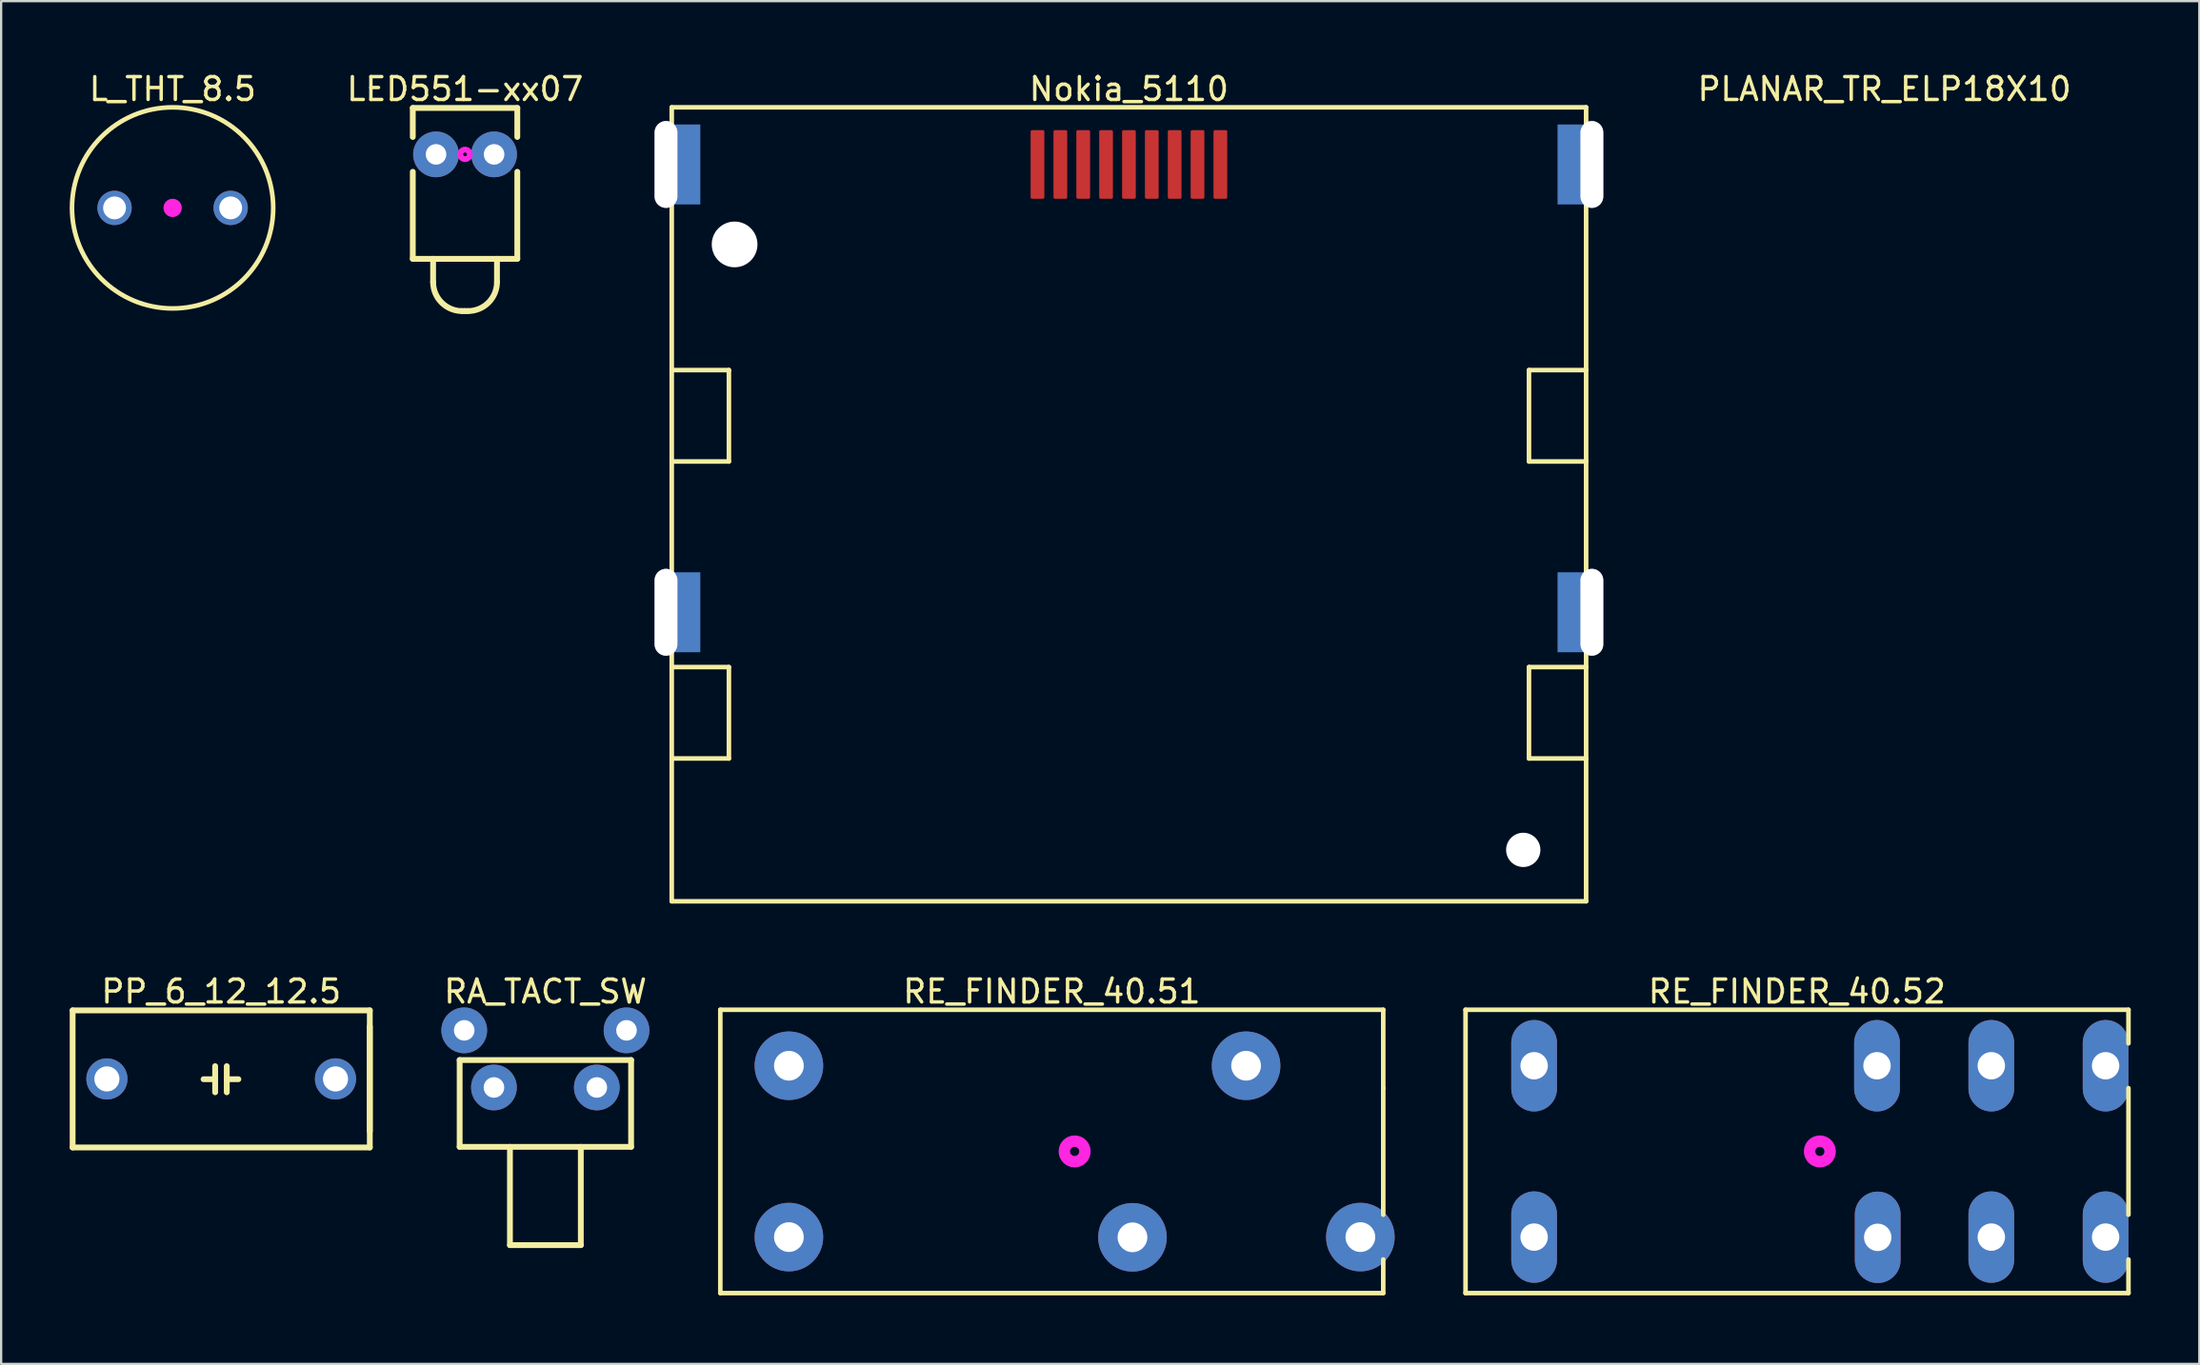
<source format=kicad_pcb>
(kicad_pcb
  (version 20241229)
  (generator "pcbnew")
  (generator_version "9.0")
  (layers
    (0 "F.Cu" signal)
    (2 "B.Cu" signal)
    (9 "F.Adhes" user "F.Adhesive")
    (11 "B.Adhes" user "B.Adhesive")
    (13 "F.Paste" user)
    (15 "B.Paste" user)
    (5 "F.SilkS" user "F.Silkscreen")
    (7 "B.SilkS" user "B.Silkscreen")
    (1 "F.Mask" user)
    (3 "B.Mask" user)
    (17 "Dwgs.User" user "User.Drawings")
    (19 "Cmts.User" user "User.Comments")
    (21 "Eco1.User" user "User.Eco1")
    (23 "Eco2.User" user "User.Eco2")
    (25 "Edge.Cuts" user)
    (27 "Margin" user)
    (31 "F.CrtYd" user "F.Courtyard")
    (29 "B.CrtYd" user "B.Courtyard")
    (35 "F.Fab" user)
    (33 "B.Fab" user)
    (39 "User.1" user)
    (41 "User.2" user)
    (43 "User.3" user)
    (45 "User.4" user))
  (footprint "PLANAR_TR_ELP18X10"
    (layer "F.Cu")
    (at 79.386 6.848)
    (property "Reference" "PLANAR_TR_ELP18X10" (at 0 -6 0) (layer "F.SilkS") (effects (font (size 1 1) (thickness 0.15))))
    (fp_line (start -9.2 4.7) (end -9.2 -4.7) (stroke (width 0.2) (type solid)) (layer "Eco2.User"))
    (fp_line (start -8.7 -5.2) (end -7.3 -5.2) (stroke (width 0.2) (type solid)) (layer "Eco2.User"))
    (fp_line (start -8.7 5.2) (end -7.3 5.2) (stroke (width 0.2) (type solid)) (layer "Eco2.User"))
    (fp_line (start -6.8 4.7) (end -6.8 -4.7) (stroke (width 0.2) (type solid)) (layer "Eco2.User"))
    (fp_line (start -2.2 4.7) (end -2.2 -4.7) (stroke (width 0.2) (type solid)) (layer "Eco2.User"))
    (fp_line (start -1.7 -5.2) (end 1.7 -5.2) (stroke (width 0.2) (type solid)) (layer "Eco2.User"))
    (fp_line (start -1.7 5.2) (end 1.7 5.2) (stroke (width 0.2) (type solid)) (layer "Eco2.User"))
    (fp_line (start 2.2 4.7) (end 2.2 -4.7) (stroke (width 0.2) (type solid)) (layer "Eco2.User"))
    (fp_line (start 6.8 4.7) (end 6.8 -4.7) (stroke (width 0.2) (type solid)) (layer "Eco2.User"))
    (fp_line (start 7.3 -5.2) (end 8.7 -5.2) (stroke (width 0.2) (type solid)) (layer "Eco2.User"))
    (fp_line (start 7.3 5.2) (end 8.7 5.2) (stroke (width 0.2) (type solid)) (layer "Eco2.User"))
    (fp_line (start 9.2 4.7) (end 9.2 -4.7) (stroke (width 0.2) (type solid)) (layer "Eco2.User"))
    (fp_arc (start -9.2 -4.7) (mid -9.053553 -5.053553) (end -8.7 -5.2) (stroke (width 0.2) (type solid)) (layer "Eco2.User"))
    (fp_arc (start -8.7 5.2) (mid -9.053553 5.053553) (end -9.2 4.7) (stroke (width 0.2) (type solid)) (layer "Eco2.User"))
    (fp_arc (start -7.3 -5.2) (mid -6.946447 -5.053553) (end -6.8 -4.7) (stroke (width 0.2) (type solid)) (layer "Eco2.User"))
    (fp_arc (start -6.8 4.7) (mid -6.946447 5.053553) (end -7.3 5.2) (stroke (width 0.2) (type solid)) (layer "Eco2.User"))
    (fp_arc (start -2.2 -4.7) (mid -2.053553 -5.053553) (end -1.7 -5.2) (stroke (width 0.2) (type solid)) (layer "Eco2.User"))
    (fp_arc (start -1.7 5.2) (mid -2.053553 5.053553) (end -2.2 4.7) (stroke (width 0.2) (type solid)) (layer "Eco2.User"))
    (fp_arc (start 1.7 -5.2) (mid 2.053553 -5.053553) (end 2.2 -4.7) (stroke (width 0.2) (type solid)) (layer "Eco2.User"))
    (fp_arc (start 2.2 4.7) (mid 2.053553 5.053553) (end 1.7 5.2) (stroke (width 0.2) (type solid)) (layer "Eco2.User"))
    (fp_arc (start 6.8 -4.7) (mid 6.946447 -5.053553) (end 7.3 -5.2) (stroke (width 0.2) (type solid)) (layer "Eco2.User"))
    (fp_arc (start 7.3 5.2) (mid 6.946447 5.053553) (end 6.8 4.7) (stroke (width 0.2) (type solid)) (layer "Eco2.User"))
    (fp_arc (start 8.7 -5.2) (mid 9.053553 -5.053553) (end 9.2 -4.7) (stroke (width 0.2) (type solid)) (layer "Eco2.User"))
    (fp_arc (start 9.2 4.7) (mid 9.053553 5.053553) (end 8.7 5.2) (stroke (width 0.2) (type solid)) (layer "Eco2.User")))
  (footprint "RE_FINDER_40.51"
    (layer "F.Cu")
    (at 43.961 47.346)
    (property "Reference" "RE_FINDER_40.51" (at -1 -7 0) (layer "F.SilkS") (effects (font (size 1 1) (thickness 0.15))))
    (fp_line (start -15.5 -6.2) (end 13.5 -6.2) (stroke (width 0.2) (type solid)) (layer "F.SilkS"))
    (fp_line (start -15.5 6.2) (end -15.5 -6.2) (stroke (width 0.2) (type solid)) (layer "F.SilkS"))
    (fp_line (start -15.5 6.2) (end 13.5 6.2) (stroke (width 0.2) (type solid)) (layer "F.SilkS"))
    (fp_line (start 13.5 -2.77) (end 13.5 -6.2) (stroke (width 0.2) (type solid)) (layer "F.SilkS"))
    (fp_line (start 13.5 2.77) (end 13.5 -2.77) (stroke (width 0.2) (type solid)) (layer "F.SilkS"))
    (fp_line (start 13.5 6.2) (end 13.5 4.73) (stroke (width 0.2) (type solid)) (layer "F.SilkS"))
    (fp_line (start -15.5 -6.2) (end 13.5 -6.2) (stroke (width 0.1) (type solid)) (layer "Eco2.User"))
    (fp_line (start -15.5 6.2) (end -15.5 -6.2) (stroke (width 0.1) (type solid)) (layer "Eco2.User"))
    (fp_line (start -15.5 6.2) (end 13.5 6.2) (stroke (width 0.1) (type solid)) (layer "Eco2.User"))
    (fp_line (start 13.5 6.2) (end 13.5 -6.2) (stroke (width 0.1) (type solid)) (layer "Eco2.User"))
    (fp_circle (center 0 0) (end 0 -0.2) (stroke (width 0.5) (type solid)) (fill no) (layer "F.CrtYd"))
    (pad "12" thru_hole circle (at 2.53 3.76 90) (size 3 3) (drill 1.3) (layers "*.Cu" "*.Mask"))
    (pad "14" thru_hole circle (at 12.5 3.75 90) (size 3 3) (drill 1.3) (layers "*.Cu" "*.Mask"))
    (pad "21" thru_hole circle (at 7.5 -3.75 90) (size 3 3) (drill 1.3) (layers "*.Cu" "*.Mask"))
    (pad "A1" thru_hole circle (at -12.5 3.75 90) (size 3 3) (drill 1.3) (layers "*.Cu" "*.Mask"))
    (pad "A2" thru_hole circle (at -12.5 -3.75 90) (size 3 3) (drill 1.3) (layers "*.Cu" "*.Mask")))
  (footprint "LED551-xx07"
    (layer "F.Cu")
    (at 17.294 3.707)
    (property "Reference" "LED551-xx07" (at 0 -2.859 0) (layer "F.SilkS") (effects (font (size 1 1) (thickness 0.15))))
    (fp_line (start -2.286 -2.032) (end 2.286 -2.032) (stroke (width 0.254) (type solid)) (layer "F.SilkS"))
    (fp_line (start -2.286 -0.762) (end -2.286 -2.032) (stroke (width 0.254) (type solid)) (layer "F.SilkS"))
    (fp_line (start -2.286 4.572) (end -2.286 0.762) (stroke (width 0.254) (type solid)) (layer "F.SilkS"))
    (fp_line (start -2.286 4.572) (end 2.286 4.572) (stroke (width 0.254) (type solid)) (layer "F.SilkS"))
    (fp_line (start -1.397 5.588) (end -1.397 4.572) (stroke (width 0.254) (type solid)) (layer "F.SilkS"))
    (fp_line (start -0.127 6.858) (end 0 6.858) (stroke (width 0.254) (type solid)) (layer "F.SilkS"))
    (fp_line (start 0 6.858) (end 0.127 6.858) (stroke (width 0.254) (type solid)) (layer "F.SilkS"))
    (fp_line (start 1.397 5.588) (end 1.397 4.572) (stroke (width 0.254) (type solid)) (layer "F.SilkS"))
    (fp_line (start 2.286 -0.762) (end 2.286 -2.032) (stroke (width 0.254) (type solid)) (layer "F.SilkS"))
    (fp_line (start 2.286 4.572) (end 2.286 0.762) (stroke (width 0.254) (type solid)) (layer "F.SilkS"))
    (fp_arc (start -0.127 6.858) (mid -1.025026 6.486026) (end -1.397 5.588) (stroke (width 0.254) (type solid)) (layer "F.SilkS"))
    (fp_arc (start 1.397 5.588) (mid 1.025026 6.486026) (end 0.127 6.858) (stroke (width 0.254) (type solid)) (layer "F.SilkS"))
    (fp_circle (center 0 0) (end 0 -0.081) (stroke (width 0.254) (type solid)) (fill no) (layer "F.CrtYd"))
    (pad "A" thru_hole circle (at -1.27 0) (size 2 2) (drill 0.9) (layers "*.Cu" "*.Mask"))
    (pad "K" thru_hole circle (at 1.27 0) (size 2 2) (drill 0.9) (layers "*.Cu" "*.Mask")))
  (footprint "RA_TACT_SW"
    (layer "F.Cu")
    (at 20.808 43.297)
    (property "Reference" "RA_TACT_SW" (at 0 -2.95 0) (layer "F.SilkS") (effects (font (size 1 1) (thickness 0.15))))
    (fp_line (start -3.75 0.05) (end 3.75 0.05) (stroke (width 0.254) (type solid)) (layer "F.SilkS"))
    (fp_line (start -3.75 3.85) (end -3.75 0.05) (stroke (width 0.254) (type solid)) (layer "F.SilkS"))
    (fp_line (start -3.75 3.85) (end 3.75 3.85) (stroke (width 0.254) (type solid)) (layer "F.SilkS"))
    (fp_line (start -1.55 8.15) (end -1.55 3.85) (stroke (width 0.254) (type solid)) (layer "F.SilkS"))
    (fp_line (start -1.55 8.15) (end 1.45 8.15) (stroke (width 0.254) (type solid)) (layer "F.SilkS"))
    (fp_line (start 1.45 8.15) (end 1.55 8.15) (stroke (width 0.254) (type solid)) (layer "F.SilkS"))
    (fp_line (start 1.55 8.15) (end 1.55 3.85) (stroke (width 0.254) (type solid)) (layer "F.SilkS"))
    (fp_line (start 3.75 3.85) (end 3.75 0.05) (stroke (width 0.254) (type solid)) (layer "F.SilkS"))
    (fp_circle (center 0 0) (end 0 -0.224) (stroke (width 0.4) (type solid)) (fill no) (layer "Eco2.User"))
    (pad "1" thru_hole circle (at -2.25 1.25) (size 2 2) (drill 0.9) (layers "*.Cu" "*.Mask"))
    (pad "2" thru_hole circle (at 2.25 1.25) (size 2 2) (drill 0.9) (layers "*.Cu" "*.Mask"))
    (pad "SH" thru_hole circle (at -3.55 -1.25) (size 2 2) (drill 0.9) (layers "*.Cu" "*.Mask"))
    (pad "SH" thru_hole circle (at 3.55 -1.25) (size 2 2) (drill 0.9) (layers "*.Cu" "*.Mask")))
  (footprint "PP_6_12_12.5"
    (layer "F.Cu")
    (at 6.627 44.173)
    (property "Reference" "PP_6_12_12.5" (at 0 -3.827 0) (layer "F.SilkS") (effects (font (size 1 1) (thickness 0.15))))
    (fp_line (start -6.5 -3) (end 6.5 -3) (stroke (width 0.254) (type solid)) (layer "F.SilkS"))
    (fp_line (start -6.5 3) (end -6.5 -3) (stroke (width 0.254) (type solid)) (layer "F.SilkS"))
    (fp_line (start -6.5 3) (end 6.5 3) (stroke (width 0.254) (type solid)) (layer "F.SilkS"))
    (fp_line (start -0.773 0.013) (end -0.265 0.013) (stroke (width 0.254) (type solid)) (layer "F.SilkS"))
    (fp_line (start -0.265 0.584) (end -0.265 -0.559) (stroke (width 0.254) (type solid)) (layer "F.SilkS"))
    (fp_line (start 0.243 0.013) (end 0.751 0.013) (stroke (width 0.254) (type solid)) (layer "F.SilkS"))
    (fp_line (start 0.243 0.584) (end 0.243 -0.559) (stroke (width 0.254) (type solid)) (layer "F.SilkS"))
    (fp_line (start 6.5 2.3) (end 6.5 -3) (stroke (width 0.254) (type solid)) (layer "F.SilkS"))
    (fp_line (start 6.5 3) (end 6.5 -2.3) (stroke (width 0.254) (type solid)) (layer "F.SilkS"))
    (fp_circle (center 0 0) (end 0 -0.064) (stroke (width 0.127) (type solid)) (fill no) (layer "Eco2.User"))
    (pad "1" thru_hole circle (at -5 0) (size 1.8 1.8) (drill 1.1) (layers "*.Cu" "*.Mask"))
    (pad "2" thru_hole circle (at 5 0) (size 1.8 1.8) (drill 1.1) (layers "*.Cu" "*.Mask")))
  (footprint "Nokia_5110"
    (layer "F.Cu")
    (at 42.336 4.148)
    (property "Reference" "Nokia_5110" (at 4 -3.3 0) (layer "F.SilkS") (effects (font (size 1 1) (thickness 0.15))))
    (fp_rect (start -0.6 1.7) (end 8.6 -1.7) (stroke (width 0) (type default)) (fill yes) (layer "F.Mask"))
    (fp_line (start -16 -2.5) (end 24 -2.5) (stroke (width 0.2) (type solid)) (layer "F.SilkS"))
    (fp_line (start -16 9) (end -13.5 9) (stroke (width 0.2) (type solid)) (layer "F.SilkS"))
    (fp_line (start -16 13) (end -13.5 13) (stroke (width 0.2) (type solid)) (layer "F.SilkS"))
    (fp_line (start -16 22) (end -13.5 22) (stroke (width 0.2) (type solid)) (layer "F.SilkS"))
    (fp_line (start -16 26) (end -13.5 26) (stroke (width 0.2) (type solid)) (layer "F.SilkS"))
    (fp_line (start -16 32.25) (end -16 -2.5) (stroke (width 0.2) (type solid)) (layer "F.SilkS"))
    (fp_line (start -16 32.25) (end 24 32.25) (stroke (width 0.2) (type solid)) (layer "F.SilkS"))
    (fp_line (start -13.5 13) (end -13.5 9) (stroke (width 0.2) (type solid)) (layer "F.SilkS"))
    (fp_line (start -13.5 26) (end -13.5 22) (stroke (width 0.2) (type solid)) (layer "F.SilkS"))
    (fp_line (start 21.5 9) (end 24 9) (stroke (width 0.2) (type solid)) (layer "F.SilkS"))
    (fp_line (start 21.5 13) (end 21.5 9) (stroke (width 0.2) (type solid)) (layer "F.SilkS"))
    (fp_line (start 21.5 13) (end 24 13) (stroke (width 0.2) (type solid)) (layer "F.SilkS"))
    (fp_line (start 21.5 22) (end 24 22) (stroke (width 0.2) (type solid)) (layer "F.SilkS"))
    (fp_line (start 21.5 26) (end 21.5 22) (stroke (width 0.2) (type solid)) (layer "F.SilkS"))
    (fp_line (start 21.5 26) (end 24 26) (stroke (width 0.2) (type solid)) (layer "F.SilkS"))
    (fp_line (start 24 32.25) (end 24 -2.5) (stroke (width 0.2) (type solid)) (layer "F.SilkS"))
    (pad "" np_thru_hole circle (at -13.25 3.5) (size 2 2) (drill 2) (layers "*.Cu" "*.Mask"))
    (pad "" np_thru_hole circle (at 21.25 30) (size 1.5 1.5) (drill 1.5) (layers "*.Cu" "*.Mask"))
    (pad "0" thru_hole oval (at -16.25 0 90) (size 3.8 1) (drill oval 3.8 1) (layers "*.Cu" "*.Mask"))
    (pad "0" thru_hole oval (at -16.25 19.6 90) (size 3.8 1) (drill oval 3.8 1) (layers "*.Cu" "*.Mask"))
    (pad "0" smd rect (at -15.5 0) (size 1.5 3.5) (layers "B.Cu"))
    (pad "0" smd rect (at -15.5 19.6) (size 1.5 3.5) (layers "B.Cu"))
    (pad "0" smd rect (at 23.5 0) (size 1.5 3.5) (layers "B.Cu"))
    (pad "0" smd rect (at 23.5 19.6) (size 1.5 3.5) (layers "B.Cu"))
    (pad "0" thru_hole oval (at 24.25 0 90) (size 3.8 1) (drill oval 3.8 1) (layers "*.Cu" "*.Mask"))
    (pad "0" thru_hole oval (at 24.25 19.6 90) (size 3.8 1) (drill oval 3.8 1) (layers "*.Cu" "*.Mask"))
    (pad "1" smd roundrect (at 0 0) (size 0.6 3) (layers "F.Cu" "F.Mask" "F.Paste") (roundrect_rratio 0.1))
    (pad "2" smd roundrect (at 1 0) (size 0.6 3) (layers "F.Cu" "F.Mask" "F.Paste") (roundrect_rratio 0.1))
    (pad "3" smd roundrect (at 2 0) (size 0.6 3) (layers "F.Cu" "F.Mask" "F.Paste") (roundrect_rratio 0.1))
    (pad "4" smd roundrect (at 3 0) (size 0.6 3) (layers "F.Cu" "F.Mask" "F.Paste") (roundrect_rratio 0.1))
    (pad "5" smd roundrect (at 4 0) (size 0.6 3) (layers "F.Cu" "F.Mask" "F.Paste") (roundrect_rratio 0.1))
    (pad "6" smd roundrect (at 5 0) (size 0.6 3) (layers "F.Cu" "F.Mask" "F.Paste") (roundrect_rratio 0.1))
    (pad "7" smd roundrect (at 6 0) (size 0.6 3) (layers "F.Cu" "F.Mask" "F.Paste") (roundrect_rratio 0.1))
    (pad "8" smd roundrect (at 7 0) (size 0.6 3) (layers "F.Cu" "F.Mask" "F.Paste") (roundrect_rratio 0.1))
    (pad "9" smd roundrect (at 8 0) (size 0.6 3) (layers "F.Cu" "F.Mask" "F.Paste") (roundrect_rratio 0.1)))
  (footprint "RE_FINDER_40.52"
    (layer "F.Cu")
    (at 76.561 47.346)
    (property "Reference" "RE_FINDER_40.52" (at -1 -7 0) (layer "F.SilkS") (effects (font (size 1 1) (thickness 0.15))))
    (fp_line (start -15.5 -6.2) (end 13.5 -6.2) (stroke (width 0.2) (type solid)) (layer "F.SilkS"))
    (fp_line (start -15.5 6.2) (end -15.5 -6.2) (stroke (width 0.2) (type solid)) (layer "F.SilkS"))
    (fp_line (start -15.5 6.2) (end 13.5 6.2) (stroke (width 0.2) (type solid)) (layer "F.SilkS"))
    (fp_line (start 13.5 -4.73) (end 13.5 -6.2) (stroke (width 0.2) (type solid)) (layer "F.SilkS"))
    (fp_line (start 13.5 2.77) (end 13.5 -2.77) (stroke (width 0.2) (type solid)) (layer "F.SilkS"))
    (fp_line (start 13.5 6.2) (end 13.5 4.73) (stroke (width 0.2) (type solid)) (layer "F.SilkS"))
    (fp_line (start -15.5 -6.2) (end 13.5 -6.2) (stroke (width 0.1) (type solid)) (layer "Eco2.User"))
    (fp_line (start -15.5 6.2) (end -15.5 -6.2) (stroke (width 0.1) (type solid)) (layer "Eco2.User"))
    (fp_line (start -15.5 6.2) (end 13.5 6.2) (stroke (width 0.1) (type solid)) (layer "Eco2.User"))
    (fp_line (start 13.5 6.2) (end 13.5 -6.2) (stroke (width 0.1) (type solid)) (layer "Eco2.User"))
    (fp_circle (center 0 0) (end 0 -0.2) (stroke (width 0.5) (type solid)) (fill no) (layer "F.CrtYd"))
    (pad "11" thru_hole oval (at 7.5 3.75 90) (size 4 2) (drill 1.2) (layers "*.Cu" "*.Mask"))
    (pad "12" thru_hole oval (at 2.53 3.76 90) (size 4 2) (drill 1.2) (layers "*.Cu" "*.Mask"))
    (pad "14" thru_hole oval (at 12.5 3.75 90) (size 4 2) (drill 1.2) (layers "*.Cu" "*.Mask"))
    (pad "21" thru_hole oval (at 7.5 -3.75 90) (size 4 2) (drill 1.2) (layers "*.Cu" "*.Mask"))
    (pad "22" thru_hole oval (at 2.5 -3.75 90) (size 4 2) (drill 1.2) (layers "*.Cu" "*.Mask"))
    (pad "24" thru_hole oval (at 12.5 -3.75 90) (size 4 2) (drill 1.2) (layers "*.Cu" "*.Mask"))
    (pad "A1" thru_hole oval (at -12.5 3.75 90) (size 4 2) (drill 1.2) (layers "*.Cu" "*.Mask"))
    (pad "A2" thru_hole oval (at -12.5 -3.75 90) (size 4 2) (drill 1.2) (layers "*.Cu" "*.Mask")))
  (footprint "L_THT_8.5"
    (layer "F.Cu")
    (at 4.501 6.049)
    (property "Reference" "L_THT_8.5" (at 0 -5.201 0) (layer "F.SilkS") (effects (font (size 1 1) (thickness 0.15))))
    (fp_circle (center 0 0) (end 0 -4.401) (stroke (width 0.2) (type solid)) (fill no) (layer "F.SilkS"))
    (fp_circle (center 0 0) (end 0 -0.2) (stroke (width 0.4) (type solid)) (fill no) (layer "F.CrtYd"))
    (pad "1" thru_hole circle (at -2.54 0) (size 1.5 1.5) (drill 1) (layers "*.Cu" "*.Mask"))
    (pad "2" thru_hole circle (at 2.54 0) (size 1.5 1.5) (drill 1) (layers "*.Cu" "*.Mask")))
  (gr_rect
    (start -3 -3)
    (end 93.161 56.647)
    (stroke (width 0.1) (type default))
    (fill no)
    (layer "Edge.Cuts")))
</source>
